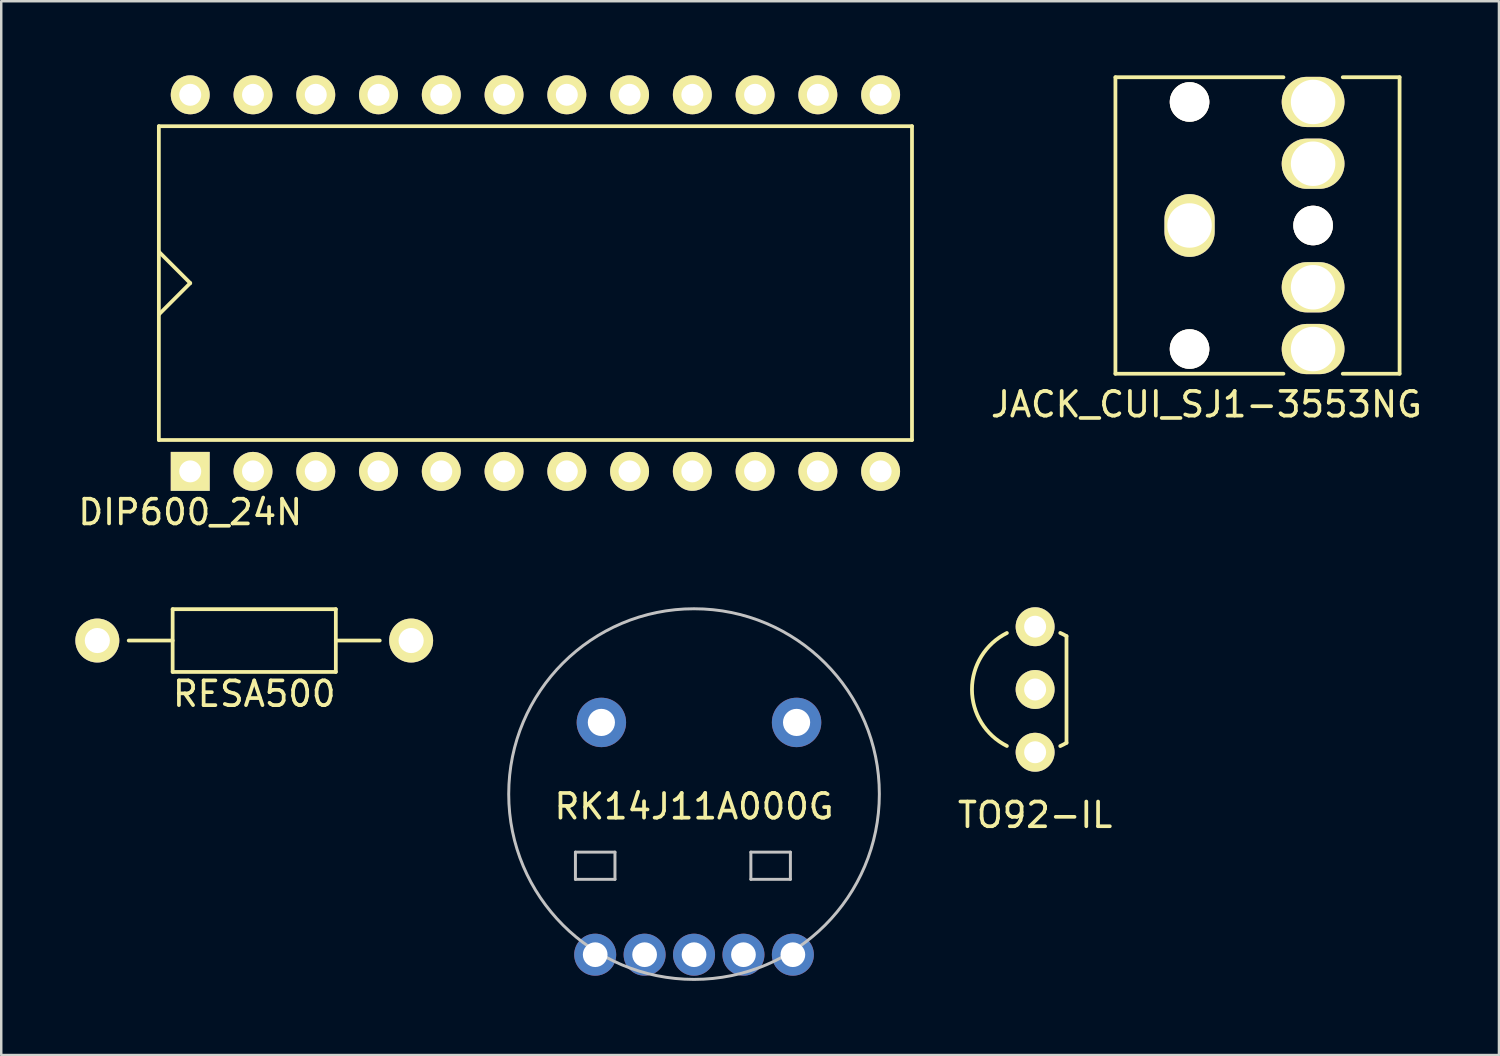
<source format=kicad_pcb>
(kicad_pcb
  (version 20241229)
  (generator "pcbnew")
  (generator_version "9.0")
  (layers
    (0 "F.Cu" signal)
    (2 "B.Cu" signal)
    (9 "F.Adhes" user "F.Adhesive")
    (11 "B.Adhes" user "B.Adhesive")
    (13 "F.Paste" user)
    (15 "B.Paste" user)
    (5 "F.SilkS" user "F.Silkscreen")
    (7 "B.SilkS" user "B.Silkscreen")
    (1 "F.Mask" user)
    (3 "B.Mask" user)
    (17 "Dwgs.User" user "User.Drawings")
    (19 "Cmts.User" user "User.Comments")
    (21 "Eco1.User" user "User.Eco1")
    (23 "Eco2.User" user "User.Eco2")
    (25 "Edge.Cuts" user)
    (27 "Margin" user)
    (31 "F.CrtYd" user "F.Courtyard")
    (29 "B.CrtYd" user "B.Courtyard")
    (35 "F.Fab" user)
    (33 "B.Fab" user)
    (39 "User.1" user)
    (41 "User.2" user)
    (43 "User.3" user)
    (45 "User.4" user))
  (footprint "RESA500"
    (layer "F.Cu")
    (at 7.239 22.873)
    (property "Reference" "RESA500" (at 0 2.159 0) (layer "F.SilkS") (effects (font (size 1 1) (thickness 0.15))))
    (attr through_hole)
    (fp_line (start -3.302 -1.27) (end -3.302 1.27) (stroke (width 0.152) (type solid)) (layer "F.SilkS"))
    (fp_line (start -3.302 0) (end -5.08 0) (stroke (width 0.152) (type solid)) (layer "F.SilkS"))
    (fp_line (start -3.302 1.27) (end 3.302 1.27) (stroke (width 0.152) (type solid)) (layer "F.SilkS"))
    (fp_line (start 3.302 -1.27) (end -3.302 -1.27) (stroke (width 0.152) (type solid)) (layer "F.SilkS"))
    (fp_line (start 3.302 1.27) (end 3.302 -1.27) (stroke (width 0.152) (type solid)) (layer "F.SilkS"))
    (fp_line (start 5.08 0) (end 3.302 0) (stroke (width 0.152) (type solid)) (layer "F.SilkS"))
    (pad "1" thru_hole circle (at 6.35 0) (size 1.778 1.778) (drill 1.016) (layers "*.Cu" "*.Mask" "F.SilkS"))
    (pad "2" thru_hole circle (at -6.35 0) (size 1.778 1.778) (drill 1.016) (layers "*.Cu" "*.Mask" "F.SilkS")))
  (footprint "RK14J11A000G"
    (layer "F.Cu")
    (at 25.038 29.087)
    (property "Reference" "RK14J11A000G" (at 0 0.5 0) (layer "F.SilkS") (effects (font (size 1 1) (thickness 0.15))))
    (attr through_hole)
    (fp_line (start -4.8 2.35) (end -4.8 3.45) (stroke (width 0.12) (type solid)) (layer "Dwgs.User"))
    (fp_line (start -4.8 3.45) (end -3.2 3.45) (stroke (width 0.12) (type solid)) (layer "Dwgs.User"))
    (fp_line (start -3.2 2.35) (end -4.8 2.35) (stroke (width 0.12) (type solid)) (layer "Dwgs.User"))
    (fp_line (start -3.2 3.45) (end -3.2 2.35) (stroke (width 0.12) (type solid)) (layer "Dwgs.User"))
    (fp_line (start 2.3 2.35) (end 3.9 2.35) (stroke (width 0.12) (type solid)) (layer "Dwgs.User"))
    (fp_line (start 2.3 3.45) (end 2.3 2.35) (stroke (width 0.12) (type solid)) (layer "Dwgs.User"))
    (fp_line (start 3.9 2.35) (end 3.9 3.45) (stroke (width 0.12) (type solid)) (layer "Dwgs.User"))
    (fp_line (start 3.9 3.45) (end 2.3 3.45) (stroke (width 0.12) (type solid)) (layer "Dwgs.User"))
    (fp_circle (center 0 0) (end 7.5 0) (stroke (width 0.12) (type solid)) (fill no) (layer "Dwgs.User"))
    (pad "0" thru_hole circle (at -3.75 -2.9) (size 2 2) (drill 1.1) (layers "*.Cu" "*.Mask"))
    (pad "0" thru_hole circle (at 0 6.5) (size 1.7 1.7) (drill 1) (layers "*.Cu" "*.Mask"))
    (pad "0" thru_hole circle (at 4 6.5) (size 1.7 1.7) (drill 1) (layers "*.Cu" "*.Mask"))
    (pad "0" thru_hole circle (at 4.15 -2.9) (size 2 2) (drill 1.1) (layers "*.Cu" "*.Mask"))
    (pad "1" thru_hole circle (at -4 6.5) (size 1.7 1.7) (drill 1) (layers "*.Cu" "*.Mask"))
    (pad "2" thru_hole circle (at 2 6.5) (size 1.7 1.7) (drill 1) (layers "*.Cu" "*.Mask"))
    (pad "3" thru_hole circle (at -2 6.5) (size 1.7 1.7) (drill 1) (layers "*.Cu" "*.Mask")))
  (footprint "JACK_CUI_SJ1-3553NG"
    (layer "F.Cu")
    (at 50.092 6.076)
    (property "Reference" "JACK_CUI_SJ1-3553NG" (at -4.318 7.239 0) (layer "F.SilkS") (effects (font (size 1 1) (thickness 0.15))))
    (attr through_hole)
    (fp_line (start -8 -6) (end -8 6) (stroke (width 0.152) (type solid)) (layer "F.SilkS"))
    (fp_line (start -8 -6) (end -1.2 -6) (stroke (width 0.152) (type solid)) (layer "F.SilkS"))
    (fp_line (start -8 6) (end -1.2 6) (stroke (width 0.152) (type solid)) (layer "F.SilkS"))
    (fp_line (start 3.5 -6) (end 1.2 -6) (stroke (width 0.152) (type solid)) (layer "F.SilkS"))
    (fp_line (start 3.5 -6) (end 3.5 6) (stroke (width 0.152) (type solid)) (layer "F.SilkS"))
    (fp_line (start 3.5 6) (end 1.2 6) (stroke (width 0.152) (type solid)) (layer "F.SilkS"))
    (pad "0" thru_hole circle (at -5 -5) (size 1.6 1.6) (drill 1.6) (layers "*.Cu" "*.Mask" "F.SilkS"))
    (pad "0" thru_hole circle (at -5 5) (size 1.6 1.6) (drill 1.6) (layers "*.Cu" "*.Mask" "F.SilkS"))
    (pad "0" thru_hole circle (at 0 0) (size 1.6 1.6) (drill 1.6) (layers "*.Cu" "*.Mask" "F.SilkS"))
    (pad "1" thru_hole oval (at -5 0) (size 2.032 2.54) (drill 1.8) (layers "*.Cu" "*.Mask" "F.SilkS"))
    (pad "2" thru_hole oval (at 0 5) (size 2.54 2.032) (drill 1.8) (layers "*.Cu" "*.Mask" "F.SilkS"))
    (pad "3" thru_hole oval (at 0 -5) (size 2.54 2.032) (drill 1.8) (layers "*.Cu" "*.Mask" "F.SilkS"))
    (pad "4" thru_hole oval (at 0 2.5) (size 2.54 2.032) (drill 1.8) (layers "*.Cu" "*.Mask" "F.SilkS"))
    (pad "5" thru_hole oval (at 0 -2.5) (size 2.54 2.032) (drill 1.8) (layers "*.Cu" "*.Mask" "F.SilkS")))
  (footprint "TO92-IL"
    (layer "F.Cu")
    (at 38.842 27.394)
    (property "Reference" "TO92-IL" (at 0 2.54 0) (layer "F.SilkS") (effects (font (size 1 1) (thickness 0.15))))
    (attr through_hole)
    (fp_line (start 1.27 -4.699) (end 1.27 -0.381) (stroke (width 0.152) (type solid)) (layer "F.SilkS"))
    (fp_arc (start -1.143 -0.254) (mid -2.555826 -2.54) (end -1.143 -4.826) (stroke (width 0.1524) (type solid)) (layer "F.SilkS"))
    (fp_arc (start 1.017308 -4.828944) (mid 1.145498 -4.767558) (end 1.27 -4.699) (stroke (width 0.1524) (type solid)) (layer "F.SilkS"))
    (fp_arc (start 1.27 -0.381) (mid 1.145498 -0.312442) (end 1.017308 -0.251056) (stroke (width 0.1524) (type solid)) (layer "F.SilkS"))
    (pad "1" thru_hole circle (at 0 0) (size 1.575 1.575) (drill 0.889) (layers "*.Cu" "*.Mask" "F.SilkS"))
    (pad "2" thru_hole circle (at 0 -2.54) (size 1.575 1.575) (drill 0.889) (layers "*.Cu" "*.Mask" "F.SilkS"))
    (pad "3" thru_hole circle (at 0 -5.08) (size 1.575 1.575) (drill 0.889) (layers "*.Cu" "*.Mask" "F.SilkS")))
  (footprint "DIP600_24N"
    (layer "F.Cu")
    (at 4.649 16.027)
    (property "Reference" "DIP600_24N" (at 0 1.651 0) (layer "F.SilkS") (effects (font (size 1 1) (thickness 0.15))))
    (attr through_hole)
    (fp_line (start -1.27 -13.97) (end 29.21 -13.97) (stroke (width 0.152) (type solid)) (layer "F.SilkS"))
    (fp_line (start -1.27 -8.89) (end 0 -7.62) (stroke (width 0.152) (type solid)) (layer "F.SilkS"))
    (fp_line (start -1.27 -1.27) (end -1.27 -13.97) (stroke (width 0.152) (type solid)) (layer "F.SilkS"))
    (fp_line (start 0 -7.62) (end -1.27 -6.35) (stroke (width 0.152) (type solid)) (layer "F.SilkS"))
    (fp_line (start 29.21 -13.97) (end 29.21 -1.27) (stroke (width 0.152) (type solid)) (layer "F.SilkS"))
    (fp_line (start 29.21 -1.27) (end -1.27 -1.27) (stroke (width 0.152) (type solid)) (layer "F.SilkS"))
    (pad "1" thru_hole rect (at 0 0) (size 1.575 1.575) (drill 0.889) (layers "*.Cu" "*.Mask" "F.SilkS"))
    (pad "2" thru_hole circle (at 2.54 0) (size 1.575 1.575) (drill 0.889) (layers "*.Cu" "*.Mask" "F.SilkS"))
    (pad "3" thru_hole circle (at 5.08 0) (size 1.575 1.575) (drill 0.889) (layers "*.Cu" "*.Mask" "F.SilkS"))
    (pad "4" thru_hole circle (at 7.62 0) (size 1.575 1.575) (drill 0.889) (layers "*.Cu" "*.Mask" "F.SilkS"))
    (pad "5" thru_hole circle (at 10.16 0) (size 1.575 1.575) (drill 0.889) (layers "*.Cu" "*.Mask" "F.SilkS"))
    (pad "6" thru_hole circle (at 12.7 0) (size 1.575 1.575) (drill 0.889) (layers "*.Cu" "*.Mask" "F.SilkS"))
    (pad "7" thru_hole circle (at 15.24 0) (size 1.575 1.575) (drill 0.889) (layers "*.Cu" "*.Mask" "F.SilkS"))
    (pad "8" thru_hole circle (at 17.78 0) (size 1.575 1.575) (drill 0.889) (layers "*.Cu" "*.Mask" "F.SilkS"))
    (pad "9" thru_hole circle (at 20.32 0) (size 1.575 1.575) (drill 0.889) (layers "*.Cu" "*.Mask" "F.SilkS"))
    (pad "10" thru_hole circle (at 22.86 0) (size 1.575 1.575) (drill 0.889) (layers "*.Cu" "*.Mask" "F.SilkS"))
    (pad "11" thru_hole circle (at 25.4 0) (size 1.575 1.575) (drill 0.889) (layers "*.Cu" "*.Mask" "F.SilkS"))
    (pad "12" thru_hole circle (at 27.94 0) (size 1.575 1.575) (drill 0.889) (layers "*.Cu" "*.Mask" "F.SilkS"))
    (pad "13" thru_hole circle (at 27.94 -15.24) (size 1.575 1.575) (drill 0.889) (layers "*.Cu" "*.Mask" "F.SilkS"))
    (pad "14" thru_hole circle (at 25.4 -15.24) (size 1.575 1.575) (drill 0.889) (layers "*.Cu" "*.Mask" "F.SilkS"))
    (pad "15" thru_hole circle (at 22.86 -15.24) (size 1.575 1.575) (drill 0.889) (layers "*.Cu" "*.Mask" "F.SilkS"))
    (pad "16" thru_hole circle (at 20.32 -15.24) (size 1.575 1.575) (drill 0.889) (layers "*.Cu" "*.Mask" "F.SilkS"))
    (pad "17" thru_hole circle (at 17.78 -15.24) (size 1.575 1.575) (drill 0.889) (layers "*.Cu" "*.Mask" "F.SilkS"))
    (pad "18" thru_hole circle (at 15.24 -15.24) (size 1.575 1.575) (drill 0.889) (layers "*.Cu" "*.Mask" "F.SilkS"))
    (pad "19" thru_hole circle (at 12.7 -15.24) (size 1.575 1.575) (drill 0.889) (layers "*.Cu" "*.Mask" "F.SilkS"))
    (pad "20" thru_hole circle (at 10.16 -15.24) (size 1.575 1.575) (drill 0.889) (layers "*.Cu" "*.Mask" "F.SilkS"))
    (pad "21" thru_hole circle (at 7.62 -15.24) (size 1.575 1.575) (drill 0.889) (layers "*.Cu" "*.Mask" "F.SilkS"))
    (pad "22" thru_hole circle (at 5.08 -15.24) (size 1.575 1.575) (drill 0.889) (layers "*.Cu" "*.Mask" "F.SilkS"))
    (pad "23" thru_hole circle (at 2.54 -15.24) (size 1.575 1.575) (drill 0.889) (layers "*.Cu" "*.Mask" "F.SilkS"))
    (pad "24" thru_hole circle (at 0 -15.24) (size 1.575 1.575) (drill 0.889) (layers "*.Cu" "*.Mask" "F.SilkS")))
  (gr_rect
    (start -3 -3)
    (end 57.614 39.647)
    (stroke (width 0.1) (type default))
    (fill no)
    (layer "Edge.Cuts")))
</source>
